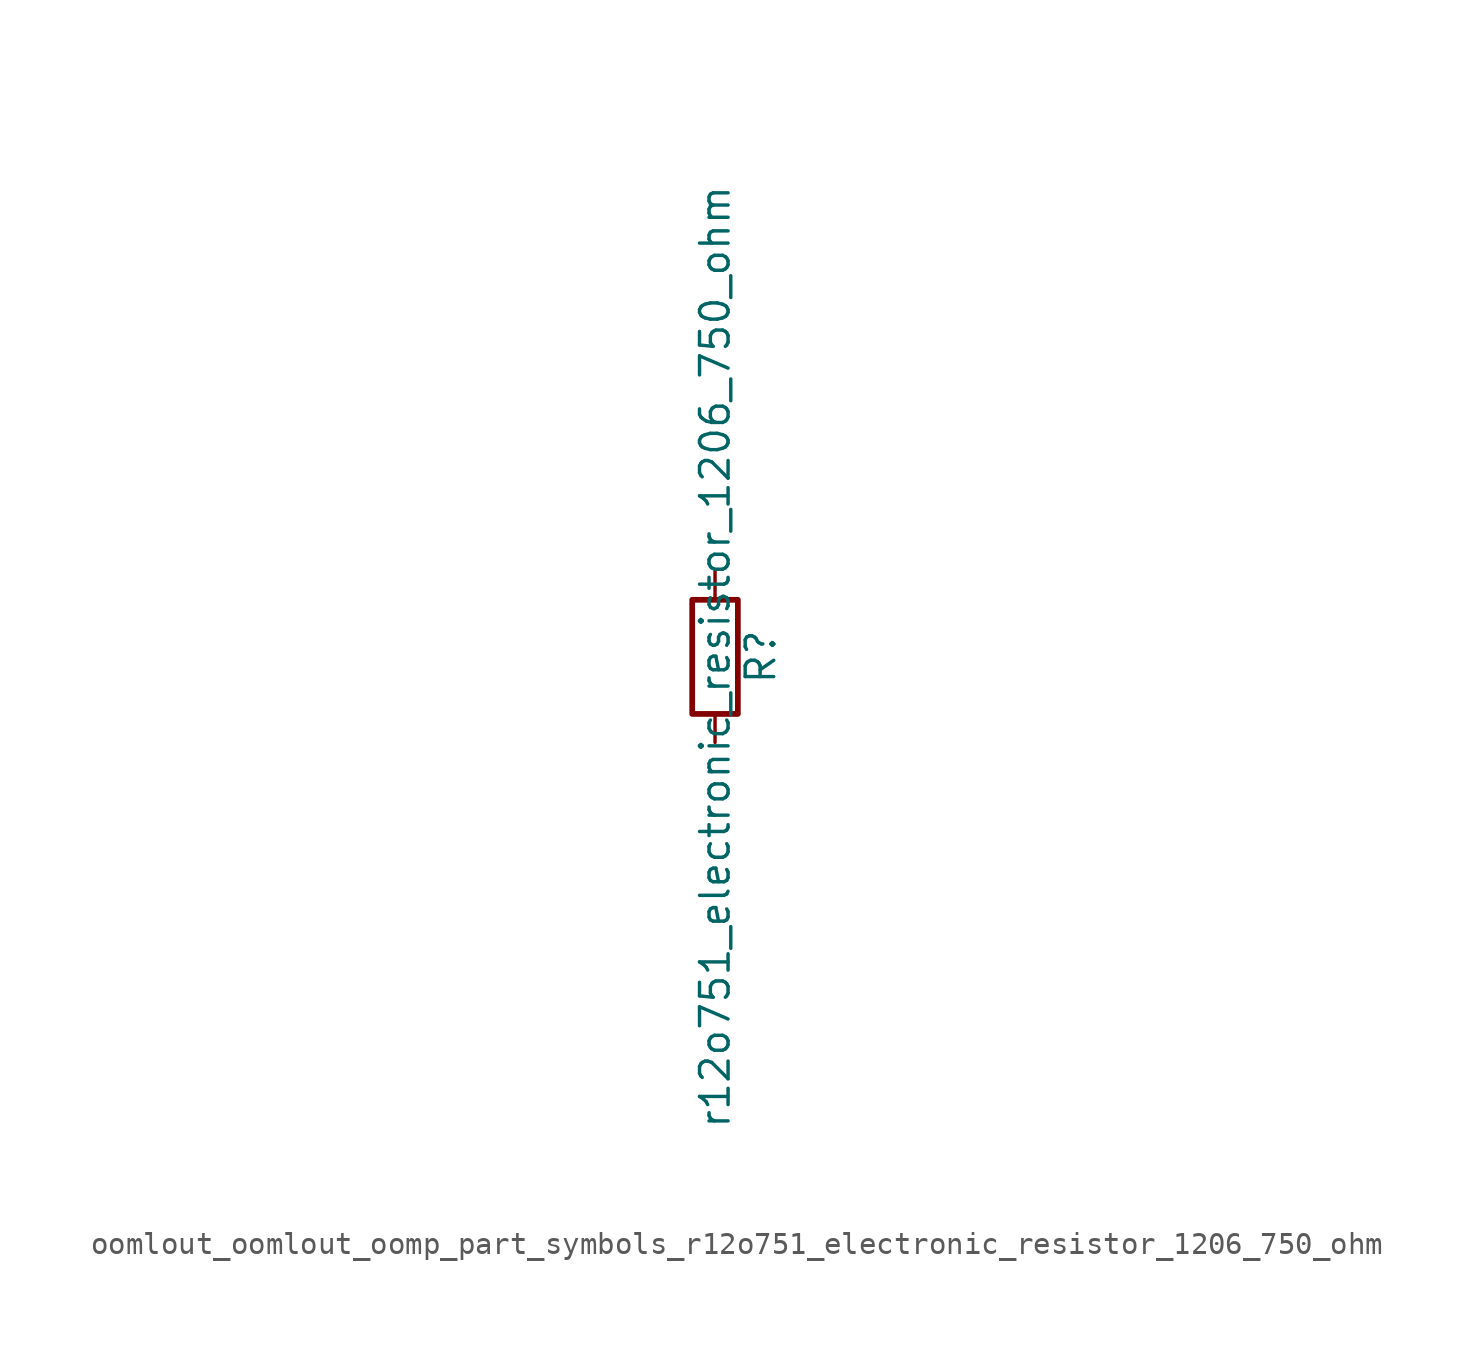
<source format=kicad_sym>
(kicad_symbol_lib
  (version 20220914)
  (generator kicad_symbol_editor)
  (symbol "oomlout_oomlout_oomp_part_symbols_r12o751_electronic_resistor_1206_750_ohm"
    (pin_numbers hide)
    (pin_names
      (offset 0))
    (property "Reference" "R"
      (at 2.032 0 90)
      (effects (font (size 1.27 1.27))))
    (property "Value" "r12o751_electronic_resistor_1206_750_ohm"
      (at 0 0 90)
      (effects (font (size 1.27 1.27))))
    (symbol "oomlout_oomlout_oomp_part_symbols_r12o751_electronic_resistor_1206_750_ohm_0_1"
      (rectangle (start -1.016 -2.54) (end 1.016 2.54) (stroke (width 0.254) (type default)) (fill (type none))))
    (symbol "oomlout_oomlout_oomp_part_symbols_r12o751_electronic_resistor_1206_750_ohm_1_1"
      (pin passive line (at 0 3.81 270) (length 1.27) (name "~" (effects (font (size 1.27 1.27)))) (number "1" (effects (font (size 1.27 1.27)))))
      (pin passive line (at 0 -3.81 90) (length 1.27) (name "~" (effects (font (size 1.27 1.27)))) (number "2" (effects (font (size 1.27 1.27))))))))
</source>
